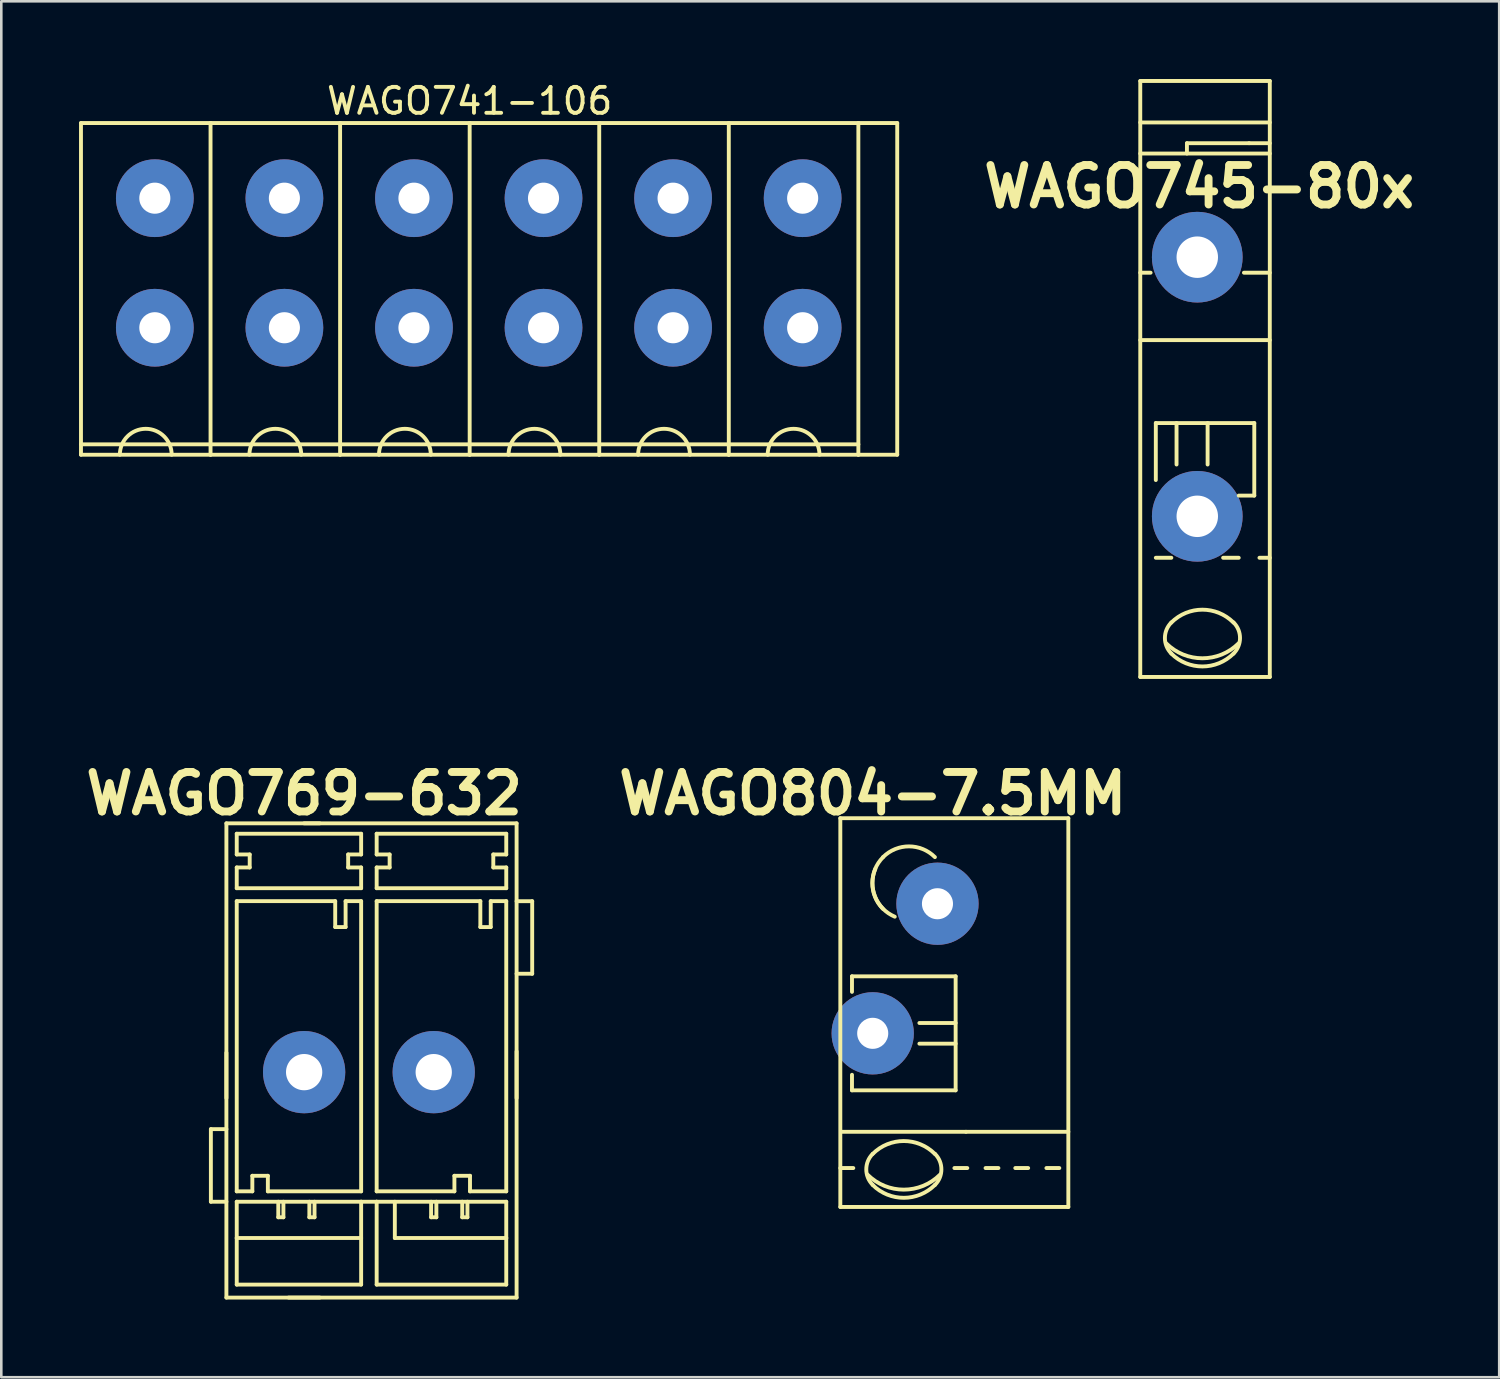
<source format=kicad_pcb>
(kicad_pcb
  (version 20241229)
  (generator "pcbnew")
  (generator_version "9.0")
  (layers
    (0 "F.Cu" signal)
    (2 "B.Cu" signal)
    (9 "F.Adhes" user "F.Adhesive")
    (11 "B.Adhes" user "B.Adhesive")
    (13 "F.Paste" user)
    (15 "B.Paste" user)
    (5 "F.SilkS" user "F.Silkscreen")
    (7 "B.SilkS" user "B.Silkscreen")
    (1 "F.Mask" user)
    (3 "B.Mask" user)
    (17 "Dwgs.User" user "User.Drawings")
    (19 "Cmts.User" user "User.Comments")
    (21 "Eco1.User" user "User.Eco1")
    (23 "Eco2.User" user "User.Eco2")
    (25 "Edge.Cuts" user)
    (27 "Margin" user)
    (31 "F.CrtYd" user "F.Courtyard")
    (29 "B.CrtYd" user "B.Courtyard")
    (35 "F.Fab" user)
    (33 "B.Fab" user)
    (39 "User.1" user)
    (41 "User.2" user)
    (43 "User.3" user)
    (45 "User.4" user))
  (footprint "WAGO745-80x"
    (layer "F.Cu")
    (at 43.154 16.875)
    (property "Reference" "WAGO745-80x" (at 0.074 -12.723 0) (layer "F.SilkS") (effects (font (size 1.524 1.524) (thickness 0.305))))
    (attr through_hole)
    (fp_line (start -2.2 -16.8) (end -2.2 6.2) (stroke (width 0.15) (type solid)) (layer "F.SilkS"))
    (fp_line (start -2.2 -15.199) (end 2.799 -15.199) (stroke (width 0.15) (type solid)) (layer "F.SilkS"))
    (fp_line (start -2.2 -14) (end 2.799 -14) (stroke (width 0.15) (type solid)) (layer "F.SilkS"))
    (fp_line (start -2.2 -6.8) (end 2.799 -6.8) (stroke (width 0.15) (type solid)) (layer "F.SilkS"))
    (fp_line (start -2.2 6.2) (end 2.799 6.2) (stroke (width 0.15) (type solid)) (layer "F.SilkS"))
    (fp_line (start -1.801 -9.401) (end -2.2 -9.401) (stroke (width 0.15) (type solid)) (layer "F.SilkS"))
    (fp_line (start -1.6 -3.599) (end -1.6 -1.4) (stroke (width 0.15) (type solid)) (layer "F.SilkS"))
    (fp_line (start -1.6 -3.599) (end 2.2 -3.599) (stroke (width 0.15) (type solid)) (layer "F.SilkS"))
    (fp_line (start -1.001 1.6) (end -1.6 1.6) (stroke (width 0.15) (type solid)) (layer "F.SilkS"))
    (fp_line (start -0.8 -1.999) (end -0.8 -3.599) (stroke (width 0.15) (type solid)) (layer "F.SilkS"))
    (fp_line (start -0.399 -14.399) (end 1.999 -14.399) (stroke (width 0.15) (type solid)) (layer "F.SilkS"))
    (fp_line (start -0.399 -14) (end -0.399 -14.399) (stroke (width 0.15) (type solid)) (layer "F.SilkS"))
    (fp_line (start 0.399 -1.999) (end 0.399 -3.599) (stroke (width 0.15) (type solid)) (layer "F.SilkS"))
    (fp_line (start 1.6 1.6) (end 0.998 1.6) (stroke (width 0.15) (type solid)) (layer "F.SilkS"))
    (fp_line (start 1.999 -14.399) (end 2.799 -14.399) (stroke (width 0.15) (type solid)) (layer "F.SilkS"))
    (fp_line (start 2.2 -3.599) (end 2.2 -0.8) (stroke (width 0.15) (type solid)) (layer "F.SilkS"))
    (fp_line (start 2.2 -0.8) (end 1.6 -0.8) (stroke (width 0.15) (type solid)) (layer "F.SilkS"))
    (fp_line (start 2.799 -16.8) (end -2.2 -16.8) (stroke (width 0.15) (type solid)) (layer "F.SilkS"))
    (fp_line (start 2.799 -9.401) (end 1.801 -9.401) (stroke (width 0.15) (type solid)) (layer "F.SilkS"))
    (fp_line (start 2.799 1.6) (end 2.4 1.6) (stroke (width 0.15) (type solid)) (layer "F.SilkS"))
    (fp_line (start 2.799 6.2) (end 2.799 -16.8) (stroke (width 0.15) (type solid)) (layer "F.SilkS"))
    (fp_arc (start -1.00076 4.09956) (mid 0.19812 3.602968) (end 1.397 4.09956) (stroke (width 0.15) (type solid)) (layer "F.SilkS"))
    (fp_arc (start -1.00076 5.2959) (mid -1.249056 4.69646) (end -1.00076 4.09702) (stroke (width 0.15) (type solid)) (layer "F.SilkS"))
    (fp_arc (start 1.39954 5.2959) (mid 0.199916 5.794288) (end -1.00076 5.29844) (stroke (width 0.15) (type solid)) (layer "F.SilkS"))
    (fp_arc (start 1.40208 4.09702) (mid 1.649632 4.698256) (end 1.39954 5.29844) (stroke (width 0.15) (type solid)) (layer "F.SilkS"))
    (fp_arc (start 1.6002 4.89712) (mid 0.199916 5.478625) (end -1.20142 4.89966) (stroke (width 0.15) (type solid)) (layer "F.SilkS"))
    (pad "1" thru_hole circle (at 0 -10) (size 3.5 3.5) (drill 1.6) (layers "*.Cu" "*.Mask"))
    (pad "1" thru_hole circle (at 0 0) (size 3.5 3.5) (drill 1.6) (layers "*.Cu" "*.Mask")))
  (footprint "WAGO769-632"
    (layer "F.Cu")
    (at 8.687 38.325)
    (property "Reference" "WAGO769-632" (at 0 -10.749 0) (layer "F.SilkS") (effects (font (size 1.524 1.524) (thickness 0.305))))
    (attr through_hole)
    (fp_line (start -3.599 2.2) (end -3 2.2) (stroke (width 0.15) (type solid)) (layer "F.SilkS"))
    (fp_line (start -3.599 5.001) (end -3.599 2.2) (stroke (width 0.15) (type solid)) (layer "F.SilkS"))
    (fp_line (start -3 -9.601) (end -3 8.7) (stroke (width 0.15) (type solid)) (layer "F.SilkS"))
    (fp_line (start -3 1.001) (end -3 -0.749) (stroke (width 0.15) (type solid)) (layer "F.SilkS"))
    (fp_line (start -3 5.001) (end -3.599 5.001) (stroke (width 0.15) (type solid)) (layer "F.SilkS"))
    (fp_line (start -3 8.7) (end 8.199 8.7) (stroke (width 0.15) (type solid)) (layer "F.SilkS"))
    (fp_line (start -2.601 -9.2) (end 2.2 -9.2) (stroke (width 0.15) (type solid)) (layer "F.SilkS"))
    (fp_line (start -2.601 -8.4) (end -2.601 -9.2) (stroke (width 0.15) (type solid)) (layer "F.SilkS"))
    (fp_line (start -2.601 -8.4) (end -2.101 -8.4) (stroke (width 0.15) (type solid)) (layer "F.SilkS"))
    (fp_line (start -2.601 -7.899) (end -2.601 -7.099) (stroke (width 0.15) (type solid)) (layer "F.SilkS"))
    (fp_line (start -2.601 -7.899) (end -2.101 -7.899) (stroke (width 0.15) (type solid)) (layer "F.SilkS"))
    (fp_line (start -2.601 -6.599) (end 1.199 -6.599) (stroke (width 0.15) (type solid)) (layer "F.SilkS"))
    (fp_line (start -2.601 4.6) (end -2.601 -6.599) (stroke (width 0.15) (type solid)) (layer "F.SilkS"))
    (fp_line (start -2.601 5.001) (end -2.601 6.401) (stroke (width 0.15) (type solid)) (layer "F.SilkS"))
    (fp_line (start -2.601 8.199) (end -2.601 6.401) (stroke (width 0.15) (type solid)) (layer "F.SilkS"))
    (fp_line (start -2.101 -8.4) (end -2.101 -7.899) (stroke (width 0.15) (type solid)) (layer "F.SilkS"))
    (fp_line (start -1.999 4) (end -1.999 4.6) (stroke (width 0.15) (type solid)) (layer "F.SilkS"))
    (fp_line (start -1.999 4.6) (end -2.601 4.6) (stroke (width 0.15) (type solid)) (layer "F.SilkS"))
    (fp_line (start -1.4 4) (end -1.999 4) (stroke (width 0.15) (type solid)) (layer "F.SilkS"))
    (fp_line (start -1.4 4.6) (end -1.4 4) (stroke (width 0.15) (type solid)) (layer "F.SilkS"))
    (fp_line (start -0.998 5.001) (end -0.998 5.601) (stroke (width 0.15) (type solid)) (layer "F.SilkS"))
    (fp_line (start -0.998 5.601) (end -0.8 5.601) (stroke (width 0.15) (type solid)) (layer "F.SilkS"))
    (fp_line (start -0.8 5.601) (end -0.8 5.001) (stroke (width 0.15) (type solid)) (layer "F.SilkS"))
    (fp_line (start -0.599 8.7) (end 0.599 8.7) (stroke (width 0.15) (type solid)) (layer "F.SilkS"))
    (fp_line (start 0 -9.601) (end 0.599 -9.601) (stroke (width 0.15) (type solid)) (layer "F.SilkS"))
    (fp_line (start 0.201 5.001) (end 0.201 5.601) (stroke (width 0.15) (type solid)) (layer "F.SilkS"))
    (fp_line (start 0.201 5.601) (end 0.401 5.601) (stroke (width 0.15) (type solid)) (layer "F.SilkS"))
    (fp_line (start 0.401 5.601) (end 0.401 5.001) (stroke (width 0.15) (type solid)) (layer "F.SilkS"))
    (fp_line (start 1.199 -5.601) (end 1.199 -6.599) (stroke (width 0.15) (type solid)) (layer "F.SilkS"))
    (fp_line (start 1.199 -5.598) (end 1.6 -5.598) (stroke (width 0.15) (type solid)) (layer "F.SilkS"))
    (fp_line (start 1.6 -6.599) (end 2.2 -6.599) (stroke (width 0.15) (type solid)) (layer "F.SilkS"))
    (fp_line (start 1.6 -5.601) (end 1.6 -6.599) (stroke (width 0.15) (type solid)) (layer "F.SilkS"))
    (fp_line (start 1.699 -8.4) (end 1.699 -7.899) (stroke (width 0.15) (type solid)) (layer "F.SilkS"))
    (fp_line (start 1.699 -8.4) (end 2.2 -8.4) (stroke (width 0.15) (type solid)) (layer "F.SilkS"))
    (fp_line (start 1.699 -7.899) (end 2.2 -7.899) (stroke (width 0.15) (type solid)) (layer "F.SilkS"))
    (fp_line (start 2.2 -8.4) (end 2.2 -9.2) (stroke (width 0.15) (type solid)) (layer "F.SilkS"))
    (fp_line (start 2.2 -7.899) (end 2.2 -7.099) (stroke (width 0.15) (type solid)) (layer "F.SilkS"))
    (fp_line (start 2.2 -7.099) (end -2.601 -7.099) (stroke (width 0.15) (type solid)) (layer "F.SilkS"))
    (fp_line (start 2.2 -6.599) (end 2.2 4.6) (stroke (width 0.15) (type solid)) (layer "F.SilkS"))
    (fp_line (start 2.2 4.6) (end -1.4 4.6) (stroke (width 0.15) (type solid)) (layer "F.SilkS"))
    (fp_line (start 2.2 5.001) (end -2.601 5.001) (stroke (width 0.15) (type solid)) (layer "F.SilkS"))
    (fp_line (start 2.2 5.001) (end 2.2 8.199) (stroke (width 0.15) (type solid)) (layer "F.SilkS"))
    (fp_line (start 2.2 5.001) (end 2.799 5.001) (stroke (width 0.15) (type solid)) (layer "F.SilkS"))
    (fp_line (start 2.2 6.401) (end -2.601 6.401) (stroke (width 0.15) (type solid)) (layer "F.SilkS"))
    (fp_line (start 2.2 8.199) (end -2.601 8.199) (stroke (width 0.15) (type solid)) (layer "F.SilkS"))
    (fp_line (start 2.799 -9.2) (end 7.8 -9.2) (stroke (width 0.15) (type solid)) (layer "F.SilkS"))
    (fp_line (start 2.799 -8.4) (end 2.799 -9.2) (stroke (width 0.15) (type solid)) (layer "F.SilkS"))
    (fp_line (start 2.799 -8.4) (end 3.299 -8.4) (stroke (width 0.15) (type solid)) (layer "F.SilkS"))
    (fp_line (start 2.799 -7.899) (end 2.799 -7.099) (stroke (width 0.15) (type solid)) (layer "F.SilkS"))
    (fp_line (start 2.799 -7.899) (end 3.299 -7.899) (stroke (width 0.15) (type solid)) (layer "F.SilkS"))
    (fp_line (start 2.799 -6.599) (end 2.799 4.6) (stroke (width 0.15) (type solid)) (layer "F.SilkS"))
    (fp_line (start 2.799 -6.599) (end 6.8 -6.599) (stroke (width 0.15) (type solid)) (layer "F.SilkS"))
    (fp_line (start 2.799 5.001) (end 2.799 8.199) (stroke (width 0.15) (type solid)) (layer "F.SilkS"))
    (fp_line (start 2.799 5.001) (end 7.8 5.001) (stroke (width 0.15) (type solid)) (layer "F.SilkS"))
    (fp_line (start 2.799 8.199) (end 7.8 8.199) (stroke (width 0.15) (type solid)) (layer "F.SilkS"))
    (fp_line (start 3.299 -8.4) (end 3.299 -7.899) (stroke (width 0.15) (type solid)) (layer "F.SilkS"))
    (fp_line (start 3.5 6.401) (end 3.5 5.001) (stroke (width 0.15) (type solid)) (layer "F.SilkS"))
    (fp_line (start 4.9 5.601) (end 4.9 5.001) (stroke (width 0.15) (type solid)) (layer "F.SilkS"))
    (fp_line (start 5.103 5.001) (end 5.103 5.601) (stroke (width 0.15) (type solid)) (layer "F.SilkS"))
    (fp_line (start 5.103 5.601) (end 4.902 5.601) (stroke (width 0.15) (type solid)) (layer "F.SilkS"))
    (fp_line (start 5.799 4) (end 5.799 4.6) (stroke (width 0.15) (type solid)) (layer "F.SilkS"))
    (fp_line (start 5.799 4.6) (end 2.799 4.6) (stroke (width 0.15) (type solid)) (layer "F.SilkS"))
    (fp_line (start 6.101 5.001) (end 6.101 5.601) (stroke (width 0.15) (type solid)) (layer "F.SilkS"))
    (fp_line (start 6.101 5.601) (end 6.302 5.601) (stroke (width 0.15) (type solid)) (layer "F.SilkS"))
    (fp_line (start 6.302 5.601) (end 6.302 5.001) (stroke (width 0.15) (type solid)) (layer "F.SilkS"))
    (fp_line (start 6.401 4) (end 5.799 4) (stroke (width 0.15) (type solid)) (layer "F.SilkS"))
    (fp_line (start 6.401 4.6) (end 6.401 4) (stroke (width 0.15) (type solid)) (layer "F.SilkS"))
    (fp_line (start 6.8 -5.601) (end 6.8 -6.599) (stroke (width 0.15) (type solid)) (layer "F.SilkS"))
    (fp_line (start 6.8 -5.598) (end 7.201 -5.598) (stroke (width 0.15) (type solid)) (layer "F.SilkS"))
    (fp_line (start 7.201 -6.599) (end 7.8 -6.599) (stroke (width 0.15) (type solid)) (layer "F.SilkS"))
    (fp_line (start 7.201 -5.601) (end 7.201 -6.599) (stroke (width 0.15) (type solid)) (layer "F.SilkS"))
    (fp_line (start 7.3 -8.4) (end 7.3 -7.899) (stroke (width 0.15) (type solid)) (layer "F.SilkS"))
    (fp_line (start 7.3 -8.4) (end 7.8 -8.4) (stroke (width 0.15) (type solid)) (layer "F.SilkS"))
    (fp_line (start 7.3 -7.899) (end 7.8 -7.899) (stroke (width 0.15) (type solid)) (layer "F.SilkS"))
    (fp_line (start 7.8 -8.4) (end 7.8 -9.2) (stroke (width 0.15) (type solid)) (layer "F.SilkS"))
    (fp_line (start 7.8 -7.899) (end 7.8 -7.099) (stroke (width 0.15) (type solid)) (layer "F.SilkS"))
    (fp_line (start 7.8 -7.099) (end 2.799 -7.099) (stroke (width 0.15) (type solid)) (layer "F.SilkS"))
    (fp_line (start 7.8 4.6) (end 6.401 4.6) (stroke (width 0.15) (type solid)) (layer "F.SilkS"))
    (fp_line (start 7.8 4.6) (end 7.8 -6.599) (stroke (width 0.15) (type solid)) (layer "F.SilkS"))
    (fp_line (start 7.8 6.401) (end 3.5 6.401) (stroke (width 0.15) (type solid)) (layer "F.SilkS"))
    (fp_line (start 7.8 6.401) (end 7.8 5.001) (stroke (width 0.15) (type solid)) (layer "F.SilkS"))
    (fp_line (start 7.8 8.199) (end 7.8 6.401) (stroke (width 0.15) (type solid)) (layer "F.SilkS"))
    (fp_line (start 8.199 -9.601) (end -3 -9.601) (stroke (width 0.15) (type solid)) (layer "F.SilkS"))
    (fp_line (start 8.199 -6.596) (end 8.801 -6.596) (stroke (width 0.15) (type solid)) (layer "F.SilkS"))
    (fp_line (start 8.199 -0.8) (end 8.199 1.001) (stroke (width 0.15) (type solid)) (layer "F.SilkS"))
    (fp_line (start 8.199 8.7) (end 8.199 -9.601) (stroke (width 0.15) (type solid)) (layer "F.SilkS"))
    (fp_line (start 8.801 -6.596) (end 8.801 -3.797) (stroke (width 0.15) (type solid)) (layer "F.SilkS"))
    (fp_line (start 8.801 -3.797) (end 8.199 -3.797) (stroke (width 0.15) (type solid)) (layer "F.SilkS"))
    (pad "1" thru_hole circle (at 0 0) (size 3.175 3.175) (drill 1.4) (layers "*.Cu" "*.Mask"))
    (pad "2" thru_hole circle (at 5.001 0) (size 3.175 3.175) (drill 1.4) (layers "*.Cu" "*.Mask")))
  (footprint "WAGO804-7.5MM"
    (layer "F.Cu")
    (at 30.629 36.827)
    (property "Reference" "WAGO804-7.5MM" (at 0 -9.251 0) (layer "F.SilkS") (effects (font (size 1.524 1.524) (thickness 0.305))))
    (attr through_hole)
    (fp_line (start -1.25 5.199) (end -0.749 5.199) (stroke (width 0.15) (type solid)) (layer "F.SilkS"))
    (fp_line (start -1.25 6.701) (end -1.25 -8.301) (stroke (width 0.15) (type solid)) (layer "F.SilkS"))
    (fp_line (start -1.199 3.8) (end 3.599 3.8) (stroke (width 0.15) (type solid)) (layer "F.SilkS"))
    (fp_line (start -0.8 -2.2) (end -0.8 -1.6) (stroke (width 0.15) (type solid)) (layer "F.SilkS"))
    (fp_line (start -0.8 -2.2) (end 3.2 -2.2) (stroke (width 0.15) (type solid)) (layer "F.SilkS"))
    (fp_line (start -0.8 2.2) (end -0.8 1.6) (stroke (width 0.15) (type solid)) (layer "F.SilkS"))
    (fp_line (start 3.2 -2.2) (end 3.2 2.2) (stroke (width 0.15) (type solid)) (layer "F.SilkS"))
    (fp_line (start 3.2 -0.399) (end 1.801 -0.399) (stroke (width 0.15) (type solid)) (layer "F.SilkS"))
    (fp_line (start 3.2 0.399) (end 1.801 0.399) (stroke (width 0.15) (type solid)) (layer "F.SilkS"))
    (fp_line (start 3.2 2.2) (end -0.8 2.2) (stroke (width 0.15) (type solid)) (layer "F.SilkS"))
    (fp_line (start 3.599 3.8) (end 7.549 3.8) (stroke (width 0.15) (type solid)) (layer "F.SilkS"))
    (fp_line (start 3.65 5.199) (end 3.152 5.199) (stroke (width 0.15) (type solid)) (layer "F.SilkS"))
    (fp_line (start 4.851 5.199) (end 4.354 5.199) (stroke (width 0.15) (type solid)) (layer "F.SilkS"))
    (fp_line (start 5.999 5.199) (end 5.502 5.199) (stroke (width 0.15) (type solid)) (layer "F.SilkS"))
    (fp_line (start 7.201 5.199) (end 6.703 5.199) (stroke (width 0.15) (type solid)) (layer "F.SilkS"))
    (fp_line (start 7.549 -8.301) (end -1.25 -8.301) (stroke (width 0.15) (type solid)) (layer "F.SilkS"))
    (fp_line (start 7.549 -8.298) (end 7.549 6.703) (stroke (width 0.15) (type solid)) (layer "F.SilkS"))
    (fp_line (start 7.549 6.701) (end -1.25 6.701) (stroke (width 0.15) (type solid)) (layer "F.SilkS"))
    (fp_arc (start 0 4.65328) (mid 1.19888 4.156688) (end 2.39776 4.65328) (stroke (width 0.15) (type solid)) (layer "F.SilkS"))
    (fp_arc (start 0 5.84962) (mid -0.248296 5.25018) (end 0 4.65074) (stroke (width 0.15) (type solid)) (layer "F.SilkS"))
    (fp_arc (start 0.39878 -6.79958) (mid 1.39954 -7.214108) (end 2.4003 -6.79958) (stroke (width 0.15) (type solid)) (layer "F.SilkS"))
    (fp_arc (start 0.39878 -4.8006) (mid -0.013952 -5.800616) (end 0.40132 -6.79958) (stroke (width 0.15) (type solid)) (layer "F.SilkS"))
    (fp_arc (start 0.8509 -4.50088) (mid 0.093811 -5.268985) (end 0.1016 -6.34746) (stroke (width 0.15) (type solid)) (layer "F.SilkS"))
    (fp_arc (start 2.4003 5.84962) (mid 1.200676 6.348008) (end 0 5.85216) (stroke (width 0.15) (type solid)) (layer "F.SilkS"))
    (fp_arc (start 2.40284 4.65074) (mid 2.650392 5.251976) (end 2.4003 5.85216) (stroke (width 0.15) (type solid)) (layer "F.SilkS"))
    (fp_arc (start 2.60096 5.45084) (mid 1.200676 6.032345) (end -0.20066 5.45338) (stroke (width 0.15) (type solid)) (layer "F.SilkS"))
    (pad "1" thru_hole circle (at 0 0) (size 3.175 3.175) (drill 1.199) (layers "*.Cu" "*.Mask"))
    (pad "1" thru_hole circle (at 2.499 -5.001) (size 3.175 3.175) (drill 1.199) (layers "*.Cu" "*.Mask")))
  (footprint "WAGO741-106"
    (layer "F.Cu")
    (at 27.925 4.598)
    (property "Reference" "WAGO741-106" (at -12.85 -3.75 0) (layer "F.SilkS") (effects (font (size 1 1) (thickness 0.15))))
    (attr through_hole)
    (fp_line (start -27.85 -2.9) (end -27.85 9.9) (stroke (width 0.15) (type solid)) (layer "F.SilkS"))
    (fp_line (start -27.85 -2.9) (end -22.85 -2.9) (stroke (width 0.15) (type solid)) (layer "F.SilkS"))
    (fp_line (start -27.85 9.5) (end -22.85 9.5) (stroke (width 0.15) (type solid)) (layer "F.SilkS"))
    (fp_line (start -22.85 -2.9) (end -22.85 9.9) (stroke (width 0.15) (type solid)) (layer "F.SilkS"))
    (fp_line (start -22.85 -2.9) (end -17.85 -2.9) (stroke (width 0.15) (type solid)) (layer "F.SilkS"))
    (fp_line (start -22.85 9.5) (end -17.85 9.5) (stroke (width 0.15) (type solid)) (layer "F.SilkS"))
    (fp_line (start -22.85 9.9) (end -27.85 9.9) (stroke (width 0.15) (type solid)) (layer "F.SilkS"))
    (fp_line (start -17.85 -2.9) (end -17.85 9.9) (stroke (width 0.15) (type solid)) (layer "F.SilkS"))
    (fp_line (start -17.85 -2.9) (end -12.85 -2.9) (stroke (width 0.15) (type solid)) (layer "F.SilkS"))
    (fp_line (start -17.85 9.5) (end -12.85 9.5) (stroke (width 0.15) (type solid)) (layer "F.SilkS"))
    (fp_line (start -17.85 9.9) (end -22.85 9.9) (stroke (width 0.15) (type solid)) (layer "F.SilkS"))
    (fp_line (start -12.85 -2.9) (end -12.85 9.9) (stroke (width 0.15) (type solid)) (layer "F.SilkS"))
    (fp_line (start -12.85 -2.9) (end -7.85 -2.9) (stroke (width 0.15) (type solid)) (layer "F.SilkS"))
    (fp_line (start -12.85 9.5) (end -7.85 9.5) (stroke (width 0.15) (type solid)) (layer "F.SilkS"))
    (fp_line (start -12.85 9.9) (end -17.85 9.9) (stroke (width 0.15) (type solid)) (layer "F.SilkS"))
    (fp_line (start -7.85 -2.9) (end -7.85 9.9) (stroke (width 0.15) (type solid)) (layer "F.SilkS"))
    (fp_line (start -7.85 -2.9) (end -2.85 -2.9) (stroke (width 0.15) (type solid)) (layer "F.SilkS"))
    (fp_line (start -7.85 9.5) (end -2.85 9.5) (stroke (width 0.15) (type solid)) (layer "F.SilkS"))
    (fp_line (start -7.85 9.9) (end -12.85 9.9) (stroke (width 0.15) (type solid)) (layer "F.SilkS"))
    (fp_line (start -2.85 -2.9) (end -2.85 9.9) (stroke (width 0.15) (type solid)) (layer "F.SilkS"))
    (fp_line (start -2.85 -2.9) (end 2.15 -2.9) (stroke (width 0.15) (type solid)) (layer "F.SilkS"))
    (fp_line (start -2.85 9.5) (end 2.15 9.5) (stroke (width 0.15) (type solid)) (layer "F.SilkS"))
    (fp_line (start -2.85 9.9) (end -7.85 9.9) (stroke (width 0.15) (type solid)) (layer "F.SilkS"))
    (fp_line (start 2.15 -2.9) (end 2.15 9.9) (stroke (width 0.15) (type solid)) (layer "F.SilkS"))
    (fp_line (start 2.15 -2.9) (end 3.65 -2.9) (stroke (width 0.15) (type solid)) (layer "F.SilkS"))
    (fp_line (start 2.15 9.9) (end -2.85 9.9) (stroke (width 0.15) (type solid)) (layer "F.SilkS"))
    (fp_line (start 3.65 -2.9) (end 3.65 9.9) (stroke (width 0.15) (type solid)) (layer "F.SilkS"))
    (fp_line (start 3.65 9.9) (end 2.15 9.9) (stroke (width 0.15) (type solid)) (layer "F.SilkS"))
    (fp_arc (start -26.35 9.9) (mid -25.35 8.9) (end -24.35 9.9) (stroke (width 0.15) (type solid)) (layer "F.SilkS"))
    (fp_arc (start -21.35 9.9) (mid -20.35 8.9) (end -19.35 9.9) (stroke (width 0.15) (type solid)) (layer "F.SilkS"))
    (fp_arc (start -16.35 9.9) (mid -15.35 8.9) (end -14.35 9.9) (stroke (width 0.15) (type solid)) (layer "F.SilkS"))
    (fp_arc (start -11.35 9.9) (mid -10.35 8.9) (end -9.35 9.9) (stroke (width 0.15) (type solid)) (layer "F.SilkS"))
    (fp_arc (start -6.35 9.9) (mid -5.35 8.9) (end -4.35 9.9) (stroke (width 0.15) (type solid)) (layer "F.SilkS"))
    (fp_arc (start -1.35 9.9) (mid -0.35 8.9) (end 0.65 9.9) (stroke (width 0.15) (type solid)) (layer "F.SilkS"))
    (pad "1" thru_hole circle (at 0 0) (size 3 3) (drill 1.2) (layers "*.Cu" "*.Mask"))
    (pad "1" thru_hole circle (at 0 5) (size 3 3) (drill 1.2) (layers "*.Cu" "*.Mask"))
    (pad "2" thru_hole circle (at -5 0) (size 3 3) (drill 1.2) (layers "*.Cu" "*.Mask"))
    (pad "2" thru_hole circle (at -5 5) (size 3 3) (drill 1.2) (layers "*.Cu" "*.Mask"))
    (pad "3" thru_hole circle (at -10 0) (size 3 3) (drill 1.2) (layers "*.Cu" "*.Mask"))
    (pad "3" thru_hole circle (at -10 5) (size 3 3) (drill 1.2) (layers "*.Cu" "*.Mask"))
    (pad "4" thru_hole circle (at -15 0) (size 3 3) (drill 1.2) (layers "*.Cu" "*.Mask"))
    (pad "4" thru_hole circle (at -15 5) (size 3 3) (drill 1.2) (layers "*.Cu" "*.Mask"))
    (pad "5" thru_hole circle (at -20 0) (size 3 3) (drill 1.2) (layers "*.Cu" "*.Mask"))
    (pad "5" thru_hole circle (at -20 5) (size 3 3) (drill 1.2) (layers "*.Cu" "*.Mask"))
    (pad "6" thru_hole circle (at -25 0) (size 3 3) (drill 1.2) (layers "*.Cu" "*.Mask"))
    (pad "6" thru_hole circle (at -25 5) (size 3 3) (drill 1.2) (layers "*.Cu" "*.Mask")))
  (gr_rect
    (start -3 -3)
    (end 54.806 50.1)
    (stroke (width 0.1) (type default))
    (fill no)
    (layer "Edge.Cuts")))
</source>
